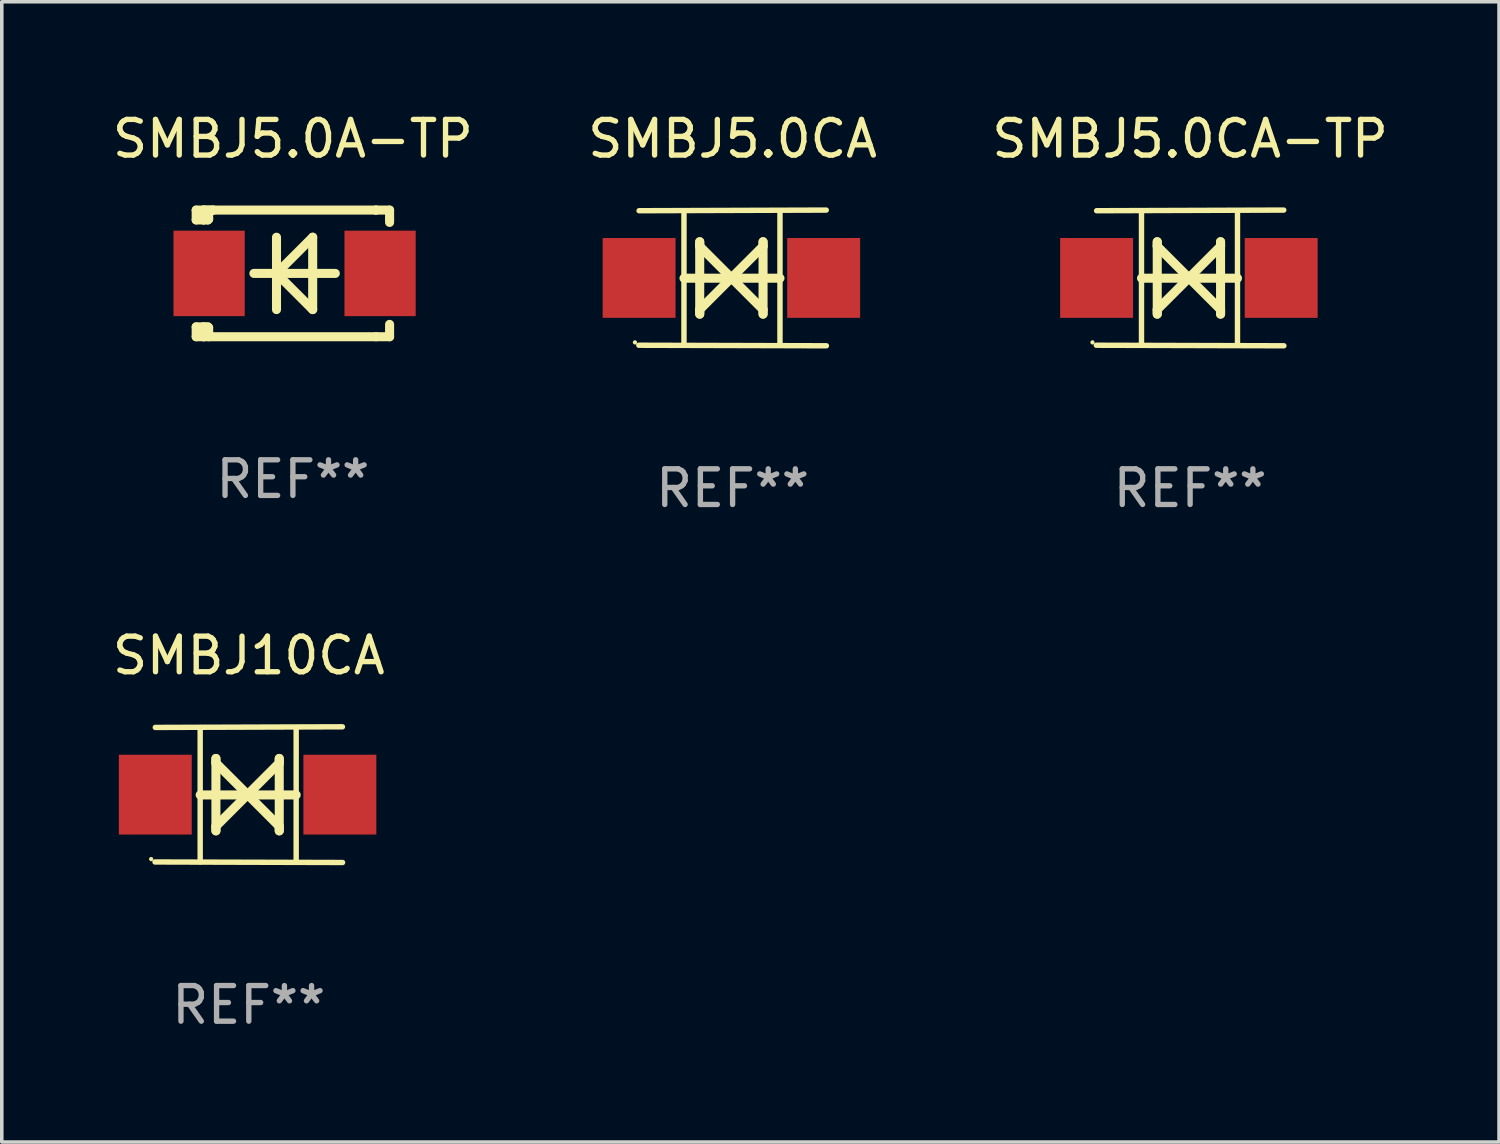
<source format=kicad_pcb>
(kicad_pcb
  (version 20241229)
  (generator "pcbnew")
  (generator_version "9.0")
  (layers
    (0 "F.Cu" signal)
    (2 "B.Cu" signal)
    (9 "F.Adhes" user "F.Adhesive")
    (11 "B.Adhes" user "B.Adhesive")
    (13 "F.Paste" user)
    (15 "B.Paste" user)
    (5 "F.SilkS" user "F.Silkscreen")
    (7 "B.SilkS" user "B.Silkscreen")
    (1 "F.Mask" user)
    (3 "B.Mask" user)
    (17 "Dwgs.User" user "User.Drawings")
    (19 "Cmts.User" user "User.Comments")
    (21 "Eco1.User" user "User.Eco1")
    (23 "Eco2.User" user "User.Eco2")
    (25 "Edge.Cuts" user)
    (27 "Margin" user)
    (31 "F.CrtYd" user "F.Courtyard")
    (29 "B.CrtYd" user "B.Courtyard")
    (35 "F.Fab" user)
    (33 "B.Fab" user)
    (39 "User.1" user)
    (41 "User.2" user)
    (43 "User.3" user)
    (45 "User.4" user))
  (footprint "SMBJ5.0A-TP"
    (layer "F.Cu")
    (at 5.173 4.626)
    (property "Reference" "SMBJ5.0A-TP" (at 0 -3.778 0) (layer "F.SilkS") (effects (font (size 1 1) (thickness 0.15))))
    (attr through_hole)
    (fp_line (start -2.715 -1.778) (end -2.715 -1.501) (stroke (width 0.254) (type solid)) (layer "F.SilkS"))
    (fp_line (start -2.715 -1.501) (end -2.505 -1.501) (stroke (width 0.254) (type solid)) (layer "F.SilkS"))
    (fp_line (start -2.715 1.501) (end -2.715 1.778) (stroke (width 0.254) (type solid)) (layer "F.SilkS"))
    (fp_line (start -2.715 1.501) (end -2.505 1.501) (stroke (width 0.254) (type solid)) (layer "F.SilkS"))
    (fp_line (start -2.715 1.778) (end -2.504 1.778) (stroke (width 0.254) (type solid)) (layer "F.SilkS"))
    (fp_line (start -2.505 -1.778) (end -2.715 -1.778) (stroke (width 0.254) (type solid)) (layer "F.SilkS"))
    (fp_line (start -2.505 -1.778) (end -2.238 -1.778) (stroke (width 0.254) (type solid)) (layer "F.SilkS"))
    (fp_line (start -2.505 -1.501) (end -2.505 -1.651) (stroke (width 0.254) (type solid)) (layer "F.SilkS"))
    (fp_line (start -2.505 -1.501) (end -2.388 -1.501) (stroke (width 0.254) (type solid)) (layer "F.SilkS"))
    (fp_line (start -2.505 1.501) (end -2.505 1.778) (stroke (width 0.254) (type solid)) (layer "F.SilkS"))
    (fp_line (start -2.505 1.501) (end -2.388 1.501) (stroke (width 0.254) (type solid)) (layer "F.SilkS"))
    (fp_line (start -2.388 1.501) (end -2.365 1.524) (stroke (width 0.254) (type solid)) (layer "F.SilkS"))
    (fp_line (start -2.388 -1.501) (end -2.365 -1.524) (stroke (width 0.254) (type solid)) (layer "F.SilkS"))
    (fp_line (start -2.365 -1.651) (end -2.505 -1.778) (stroke (width 0.254) (type solid)) (layer "F.SilkS"))
    (fp_line (start -2.365 -1.524) (end -2.365 -1.651) (stroke (width 0.254) (type solid)) (layer "F.SilkS"))
    (fp_line (start -2.365 1.524) (end -2.365 1.778) (stroke (width 0.254) (type solid)) (layer "F.SilkS"))
    (fp_line (start -2.239 -1.778) (end 2.333 -1.778) (stroke (width 0.254) (type solid)) (layer "F.SilkS"))
    (fp_line (start -2.238 -1.778) (end -2.505 -1.778) (stroke (width 0.254) (type solid)) (layer "F.SilkS"))
    (fp_line (start -1.095 0) (end 1.191 0) (stroke (width 0.254) (type solid)) (layer "F.SilkS"))
    (fp_line (start -0.46 -1.016) (end -0.46 1.016) (stroke (width 0.254) (type solid)) (layer "F.SilkS"))
    (fp_line (start -0.46 -0.000127) (end 0.556 1.016) (stroke (width 0.254) (type solid)) (layer "F.SilkS"))
    (fp_line (start 0.556 -1.016) (end 0.556 1.016) (stroke (width 0.254) (type solid)) (layer "F.SilkS"))
    (fp_line (start 0.556 -1.016) (end -0.46 -0.000127) (stroke (width 0.254) (type solid)) (layer "F.SilkS"))
    (fp_line (start 2.333 -1.778) (end 2.333 -1.778) (stroke (width 0.254) (type solid)) (layer "F.SilkS"))
    (fp_line (start 2.333 -1.778) (end 2.715 -1.778) (stroke (width 0.254) (type solid)) (layer "F.SilkS"))
    (fp_line (start 2.334 1.778) (end -2.504 1.778) (stroke (width 0.254) (type solid)) (layer "F.SilkS"))
    (fp_line (start 2.715 -1.778) (end 2.715 -1.524) (stroke (width 0.254) (type solid)) (layer "F.SilkS"))
    (fp_line (start 2.715 -1.524) (end 2.715 -1.431) (stroke (width 0.254) (type solid)) (layer "F.SilkS"))
    (fp_line (start 2.715 1.431) (end 2.715 1.778) (stroke (width 0.254) (type solid)) (layer "F.SilkS"))
    (fp_line (start 2.715 1.778) (end 2.334 1.778) (stroke (width 0.254) (type solid)) (layer "F.SilkS"))
    (fp_circle (center -2.602 1.8) (end -2.572 1.8) (stroke (width 0.06) (type solid)) (fill no) (layer "F.SilkS"))
    (fp_text user "REF**" (at 0 5.778 0) (layer "F.Fab") (effects (font (size 1 1) (thickness 0.15))))
    (pad "1" smd rect (at -2.352 -0.000076) (size 2 2.4) (layers "F.Cu" "F.Mask" "F.Paste"))
    (pad "2" smd rect (at 2.448 -0.000076) (size 2 2.4) (layers "F.Cu" "F.Mask" "F.Paste")))
  (footprint "SMBJ10CA"
    (layer "F.Cu")
    (at 3.935 19.26)
    (property "Reference" "SMBJ10CA" (at 0 -3.905 0) (layer "F.SilkS") (effects (font (size 1 1) (thickness 0.15))))
    (attr through_hole)
    (fp_line (start -1.365 1.886) (end -1.365 -1.886) (stroke (width 0.152) (type solid)) (layer "F.SilkS"))
    (fp_line (start -1.365 0.008) (end 1.33 0.008) (stroke (width 0.254) (type solid)) (layer "F.SilkS"))
    (fp_line (start -0.923 -1.016) (end -0.923 1.016) (stroke (width 0.254) (type solid)) (layer "F.SilkS"))
    (fp_line (start -0.923 -0.889) (end -0.923 -1.016) (stroke (width 0.254) (type solid)) (layer "F.SilkS"))
    (fp_line (start -0.923 0.889) (end -0.034 0) (stroke (width 0.254) (type solid)) (layer "F.SilkS"))
    (fp_line (start -0.923 1.016) (end -0.923 0.889) (stroke (width 0.254) (type solid)) (layer "F.SilkS"))
    (fp_line (start -0.034 0) (end -0.923 -0.889) (stroke (width 0.254) (type solid)) (layer "F.SilkS"))
    (fp_line (start -0.034 0) (end 0.855 0.889) (stroke (width 0.254) (type solid)) (layer "F.SilkS"))
    (fp_line (start 0.855 -1.016) (end 0.855 -0.889) (stroke (width 0.254) (type solid)) (layer "F.SilkS"))
    (fp_line (start 0.855 -0.889) (end -0.034 0) (stroke (width 0.254) (type solid)) (layer "F.SilkS"))
    (fp_line (start 0.855 0.889) (end 0.855 1.016) (stroke (width 0.254) (type solid)) (layer "F.SilkS"))
    (fp_line (start 0.855 1.016) (end 0.855 -1.016) (stroke (width 0.254) (type solid)) (layer "F.SilkS"))
    (fp_line (start 1.33 1.886) (end 1.33 -1.886) (stroke (width 0.152) (type solid)) (layer "F.SilkS"))
    (fp_line (start 2.629 -1.905) (end -2.625 -1.887) (stroke (width 0.152) (type solid)) (layer "F.SilkS"))
    (fp_line (start 2.633 1.905) (end -2.633 1.89) (stroke (width 0.152) (type solid)) (layer "F.SilkS"))
    (fp_circle (center -2.741 1.81) (end -2.711 1.81) (stroke (width 0.06) (type solid)) (fill no) (layer "F.SilkS"))
    (fp_text user "REF**" (at 0 5.905 0) (layer "F.Fab") (effects (font (size 1 1) (thickness 0.15))))
    (pad "1" smd rect (at -2.625 0) (size 2.047 2.241) (layers "F.Cu" "F.Mask" "F.Paste"))
    (pad "2" smd rect (at 2.557 0) (size 2.047 2.241) (layers "F.Cu" "F.Mask" "F.Paste")))
  (footprint "SMBJ5.0CA-TP"
    (layer "F.Cu")
    (at 30.363 4.753)
    (property "Reference" "SMBJ5.0CA-TP" (at 0 -3.905 0) (layer "F.SilkS") (effects (font (size 1 1) (thickness 0.15))))
    (attr through_hole)
    (fp_line (start -1.365 1.886) (end -1.365 -1.886) (stroke (width 0.152) (type solid)) (layer "F.SilkS"))
    (fp_line (start -1.365 0.008) (end 1.33 0.008) (stroke (width 0.254) (type solid)) (layer "F.SilkS"))
    (fp_line (start -0.923 -1.016) (end -0.923 1.016) (stroke (width 0.254) (type solid)) (layer "F.SilkS"))
    (fp_line (start -0.923 -0.889) (end -0.923 -1.016) (stroke (width 0.254) (type solid)) (layer "F.SilkS"))
    (fp_line (start -0.923 0.889) (end -0.034 0) (stroke (width 0.254) (type solid)) (layer "F.SilkS"))
    (fp_line (start -0.923 1.016) (end -0.923 0.889) (stroke (width 0.254) (type solid)) (layer "F.SilkS"))
    (fp_line (start -0.034 0) (end -0.923 -0.889) (stroke (width 0.254) (type solid)) (layer "F.SilkS"))
    (fp_line (start -0.034 0) (end 0.855 0.889) (stroke (width 0.254) (type solid)) (layer "F.SilkS"))
    (fp_line (start 0.855 -1.016) (end 0.855 -0.889) (stroke (width 0.254) (type solid)) (layer "F.SilkS"))
    (fp_line (start 0.855 -0.889) (end -0.034 0) (stroke (width 0.254) (type solid)) (layer "F.SilkS"))
    (fp_line (start 0.855 0.889) (end 0.855 1.016) (stroke (width 0.254) (type solid)) (layer "F.SilkS"))
    (fp_line (start 0.855 1.016) (end 0.855 -1.016) (stroke (width 0.254) (type solid)) (layer "F.SilkS"))
    (fp_line (start 1.33 1.886) (end 1.33 -1.886) (stroke (width 0.152) (type solid)) (layer "F.SilkS"))
    (fp_line (start 2.629 -1.905) (end -2.625 -1.887) (stroke (width 0.152) (type solid)) (layer "F.SilkS"))
    (fp_line (start 2.633 1.905) (end -2.633 1.89) (stroke (width 0.152) (type solid)) (layer "F.SilkS"))
    (fp_circle (center -2.741 1.81) (end -2.711 1.81) (stroke (width 0.06) (type solid)) (fill no) (layer "F.SilkS"))
    (fp_text user "REF**" (at 0 5.905 0) (layer "F.Fab") (effects (font (size 1 1) (thickness 0.15))))
    (pad "1" smd rect (at -2.625 0) (size 2.047 2.241) (layers "F.Cu" "F.Mask" "F.Paste"))
    (pad "2" smd rect (at 2.557 0) (size 2.047 2.241) (layers "F.Cu" "F.Mask" "F.Paste")))
  (footprint "SMBJ5.0CA"
    (layer "F.Cu")
    (at 17.518 4.753)
    (property "Reference" "SMBJ5.0CA" (at 0 -3.905 0) (layer "F.SilkS") (effects (font (size 1 1) (thickness 0.15))))
    (attr through_hole)
    (fp_line (start -1.365 1.886) (end -1.365 -1.886) (stroke (width 0.152) (type solid)) (layer "F.SilkS"))
    (fp_line (start -1.365 0.008) (end 1.33 0.008) (stroke (width 0.254) (type solid)) (layer "F.SilkS"))
    (fp_line (start -0.923 -1.016) (end -0.923 1.016) (stroke (width 0.254) (type solid)) (layer "F.SilkS"))
    (fp_line (start -0.923 -0.889) (end -0.923 -1.016) (stroke (width 0.254) (type solid)) (layer "F.SilkS"))
    (fp_line (start -0.923 0.889) (end -0.034 0) (stroke (width 0.254) (type solid)) (layer "F.SilkS"))
    (fp_line (start -0.923 1.016) (end -0.923 0.889) (stroke (width 0.254) (type solid)) (layer "F.SilkS"))
    (fp_line (start -0.034 0) (end -0.923 -0.889) (stroke (width 0.254) (type solid)) (layer "F.SilkS"))
    (fp_line (start -0.034 0) (end 0.855 0.889) (stroke (width 0.254) (type solid)) (layer "F.SilkS"))
    (fp_line (start 0.855 -1.016) (end 0.855 -0.889) (stroke (width 0.254) (type solid)) (layer "F.SilkS"))
    (fp_line (start 0.855 -0.889) (end -0.034 0) (stroke (width 0.254) (type solid)) (layer "F.SilkS"))
    (fp_line (start 0.855 0.889) (end 0.855 1.016) (stroke (width 0.254) (type solid)) (layer "F.SilkS"))
    (fp_line (start 0.855 1.016) (end 0.855 -1.016) (stroke (width 0.254) (type solid)) (layer "F.SilkS"))
    (fp_line (start 1.33 1.886) (end 1.33 -1.886) (stroke (width 0.152) (type solid)) (layer "F.SilkS"))
    (fp_line (start 2.629 -1.905) (end -2.625 -1.887) (stroke (width 0.152) (type solid)) (layer "F.SilkS"))
    (fp_line (start 2.633 1.905) (end -2.633 1.89) (stroke (width 0.152) (type solid)) (layer "F.SilkS"))
    (fp_circle (center -2.741 1.81) (end -2.711 1.81) (stroke (width 0.06) (type solid)) (fill no) (layer "F.SilkS"))
    (fp_text user "REF**" (at 0 5.905 0) (layer "F.Fab") (effects (font (size 1 1) (thickness 0.15))))
    (pad "1" smd rect (at -2.625 0) (size 2.047 2.241) (layers "F.Cu" "F.Mask" "F.Paste"))
    (pad "2" smd rect (at 2.557 0) (size 2.047 2.241) (layers "F.Cu" "F.Mask" "F.Paste")))
  (gr_rect
    (start -3 -3)
    (end 39.036 29.013)
    (stroke (width 0.1) (type default))
    (fill no)
    (layer "Edge.Cuts")))
</source>
